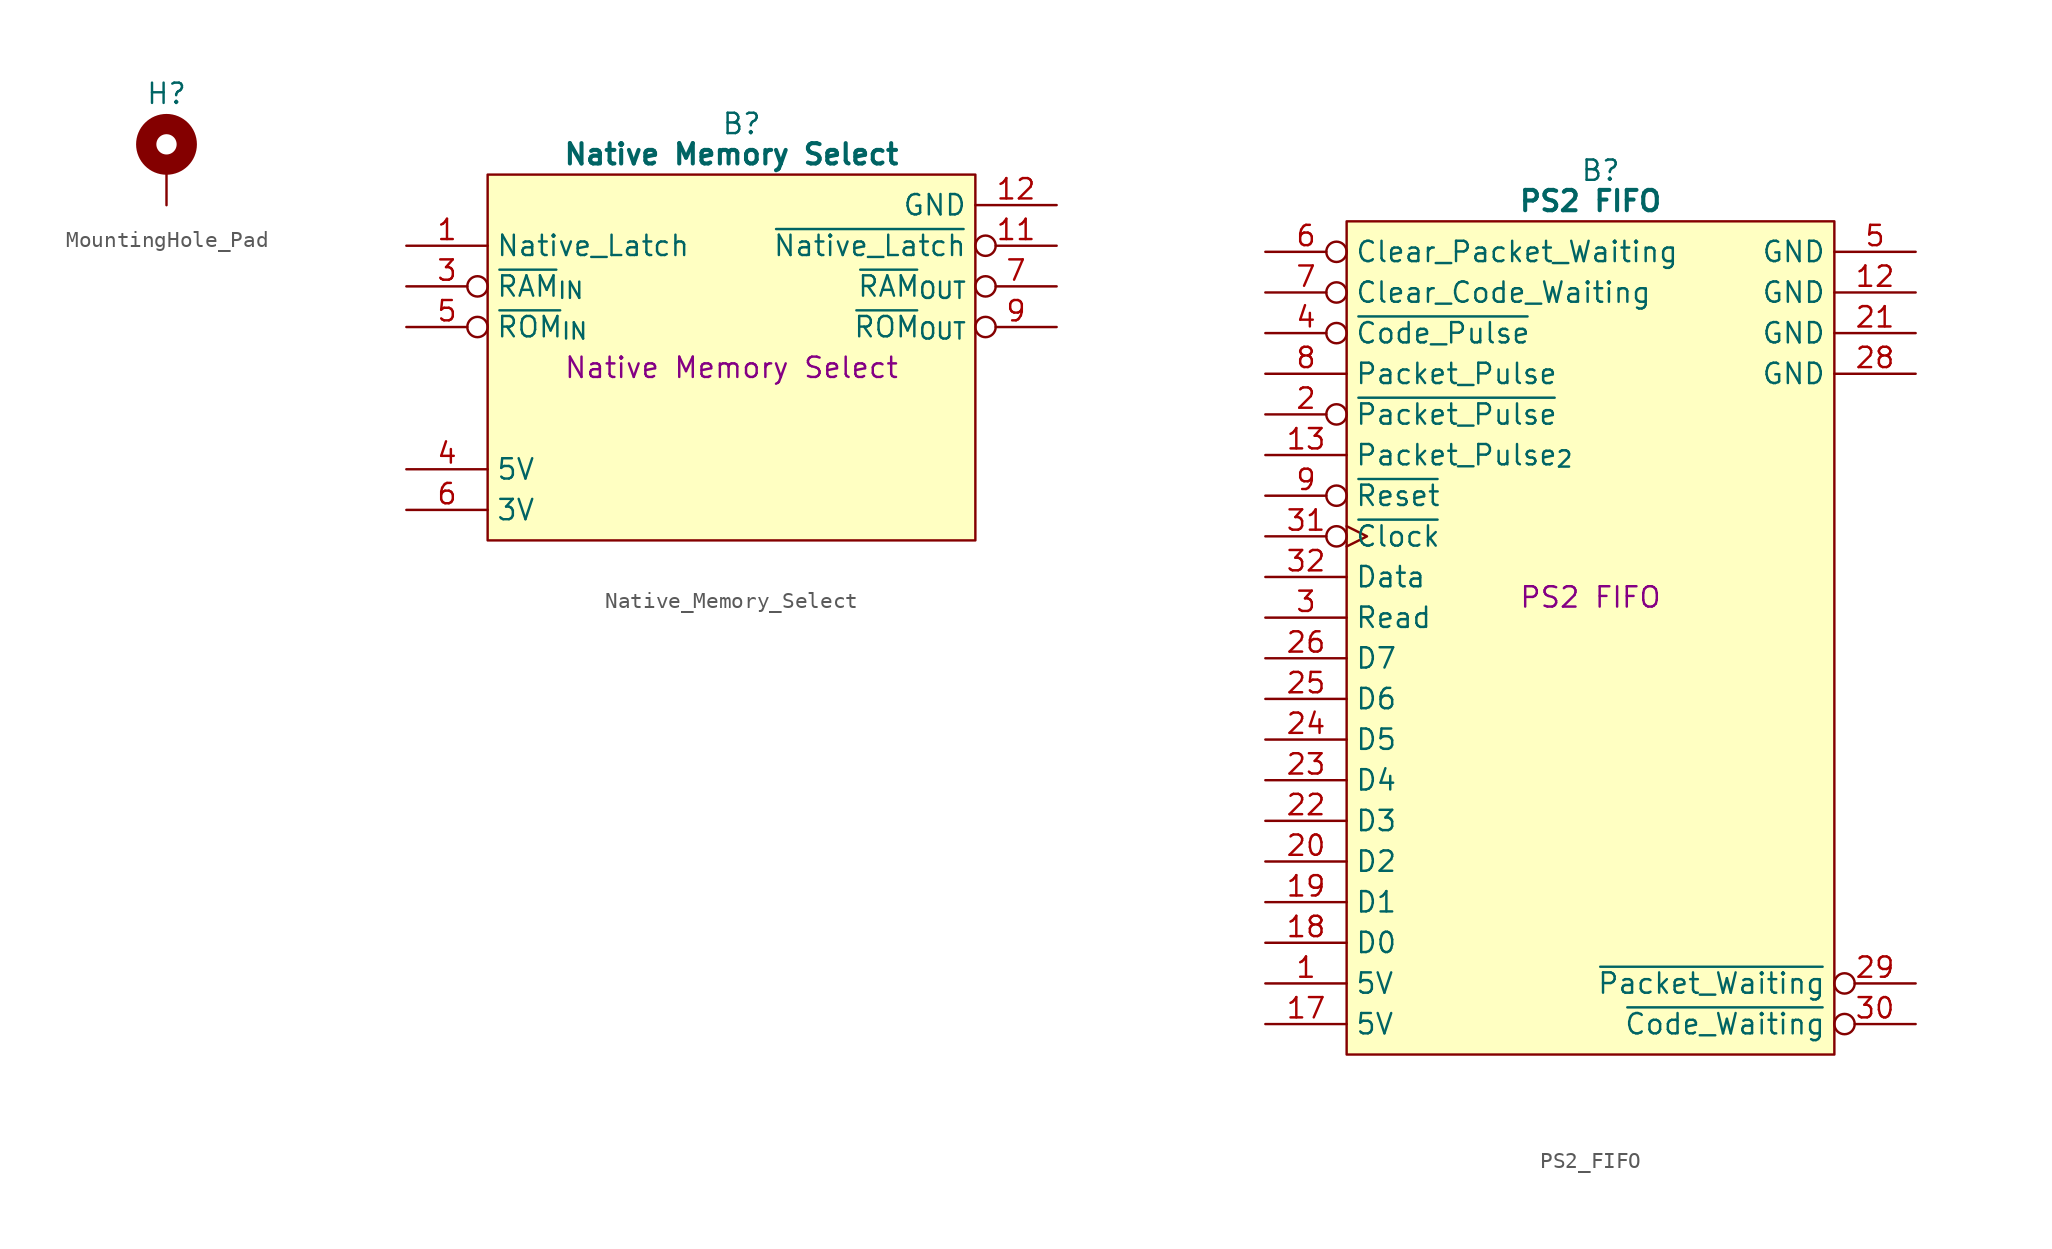
<source format=kicad_sym>
(kicad_symbol_lib
  (version 20241209)
  (generator "kicad_symbol_editor")
  (generator_version "9.0")
  (symbol "MountingHole_Pad"
    (pin_numbers
      (hide yes))
    (pin_names
      (offset 1.016)
      (hide yes))
    (property "Reference" "H"
      (at 0 4.445 0)
      (effects (font (size 1.27 1.27))))
    (symbol "MountingHole_Pad_0_1"
      (circle (center 0 1.27) (radius 1.27) (stroke (width 1.27) (type default)) (fill (type none))))
    (symbol "MountingHole_Pad_1_1"
      (pin passive line (at 0 -2.54 90) (length 2.54) (name "GND" (effects (font (size 1.27 1.27)))) (number "1" (effects (font (size 1.27 1.27)))))))
  (symbol "Native_Memory_Select"
    (property "Reference" "B"
      (at 15.875 5.08 0)
      (effects (font (size 1.27 1.27))))
    (property "Value" "Native Memory Select"
      (at 15.24 3.175 0)
      (effects (font (size 1.27 1.27) (bold yes))))
    (property "Description" "Native Memory Select"
      (at 15.24 -10.16 0)
      (effects (font (size 1.27 1.27))))
    (symbol "Native_Memory_Select_0_1"
      (polyline (pts (xy 0 1.905) (xy 30.48 1.905) (xy 30.48 -20.955) (xy 0 -20.955) (xy 0 1.905)) (stroke (width 0.152) (type default)) (fill (type background))))
    (symbol "Native_Memory_Select_1_1"
      (pin input line (at -5.08 -2.54 0) (length 5.08) (name "Native_Latch" (effects (font (size 1.27 1.27)))) (number "1" (effects (font (size 1.27 1.27)))))
      (pin input inverted (at -5.08 -5.08 0) (length 5.08) (name "~{RAM}_{IN}" (effects (font (size 1.27 1.27)))) (number "3" (effects (font (size 1.27 1.27)))))
      (pin input inverted (at -5.08 -7.62 0) (length 5.08) (name "~{ROM}_{IN}" (effects (font (size 1.27 1.27)))) (number "5" (effects (font (size 1.27 1.27)))))
      (pin passive line (at -5.08 -16.51 0) (length 5.08) (name "5V" (effects (font (size 1.27 1.27)))) (number "4" (effects (font (size 1.27 1.27)))))
      (pin passive line (at -5.08 -19.05 0) (length 5.08) (name "3V" (effects (font (size 1.27 1.27)))) (number "6" (effects (font (size 1.27 1.27)))))
      (pin passive line (at 35.56 0 180) (length 5.08) (name "GND" (effects (font (size 1.27 1.27)))) (number "12" (effects (font (size 1.27 1.27)))))
      (pin output inverted (at 35.56 -2.54 180) (length 5.08) (name "~{Native_Latch}" (effects (font (size 1.27 1.27)))) (number "11" (effects (font (size 1.27 1.27)))))
      (pin output inverted (at 35.56 -5.08 180) (length 5.08) (name "~{RAM}_{OUT}" (effects (font (size 1.27 1.27)))) (number "7" (effects (font (size 1.27 1.27)))))
      (pin output inverted (at 35.56 -7.62 180) (length 5.08) (name "~{ROM}_{OUT}" (effects (font (size 1.27 1.27)))) (number "9" (effects (font (size 1.27 1.27)))))
      (pin no_connect line (at 35.56 -13.97 180) (length 5.08) (hide yes) (name "N.C." (effects (font (size 1.27 1.27)))) (number "2" (effects (font (size 1.27 1.27)))))
      (pin no_connect line (at 35.56 -16.51 180) (length 5.08) (hide yes) (name "N.C." (effects (font (size 1.27 1.27)))) (number "10" (effects (font (size 1.27 1.27)))))
      (pin no_connect line (at 35.56 -19.05 180) (length 5.08) (hide yes) (name "N.C." (effects (font (size 1.27 1.27)))) (number "8" (effects (font (size 1.27 1.27)))))))
  (symbol "PS2_FIFO"
    (property "Reference" "B"
      (at 15.875 5.08 0)
      (effects (font (size 1.27 1.27))))
    (property "Value" "PS2 FIFO"
      (at 15.24 3.175 0)
      (effects (font (size 1.27 1.27) (bold yes))))
    (property "Description" "PS2 FIFO"
      (at 15.24 -21.59 0)
      (effects (font (size 1.27 1.27))))
    (symbol "PS2_FIFO_0_1"
      (polyline (pts (xy 0 1.905) (xy 30.48 1.905) (xy 30.48 -50.165) (xy 0 -50.165) (xy 0 1.905)) (stroke (width 0.152) (type default)) (fill (type background))))
    (symbol "PS2_FIFO_1_1"
      (pin input inverted (at -5.08 0 0) (length 5.08) (name "Clear_Packet_Waiting" (effects (font (size 1.27 1.27)))) (number "6" (effects (font (size 1.27 1.27)))))
      (pin input inverted (at -5.08 -2.54 0) (length 5.08) (name "Clear_Code_Waiting" (effects (font (size 1.27 1.27)))) (number "7" (effects (font (size 1.27 1.27)))))
      (pin input inverted (at -5.08 -5.08 0) (length 5.08) (name "~{Code_Pulse}" (effects (font (size 1.27 1.27)))) (number "4" (effects (font (size 1.27 1.27)))))
      (pin input line (at -5.08 -7.62 0) (length 5.08) (name "Packet_Pulse" (effects (font (size 1.27 1.27)))) (number "8" (effects (font (size 1.27 1.27)))))
      (pin input inverted (at -5.08 -10.16 0) (length 5.08) (name "~{Packet_Pulse}" (effects (font (size 1.27 1.27)))) (number "2" (effects (font (size 1.27 1.27)))))
      (pin input line (at -5.08 -12.7 0) (length 5.08) (name "Packet_Pulse_{2}" (effects (font (size 1.27 1.27)))) (number "13" (effects (font (size 1.27 1.27)))))
      (pin input inverted (at -5.08 -15.24 0) (length 5.08) (name "~{Reset}" (effects (font (size 1.27 1.27)))) (number "9" (effects (font (size 1.27 1.27)))))
      (pin input inverted_clock (at -5.08 -17.78 0) (length 5.08) (name "~{Clock}" (effects (font (size 1.27 1.27)))) (number "31" (effects (font (size 1.27 1.27)))))
      (pin input line (at -5.08 -20.32 0) (length 5.08) (name "Data" (effects (font (size 1.27 1.27)))) (number "32" (effects (font (size 1.27 1.27)))))
      (pin input line (at -5.08 -22.86 0) (length 5.08) (name "Read" (effects (font (size 1.27 1.27)))) (number "3" (effects (font (size 1.27 1.27)))))
      (pin tri_state line (at -5.08 -25.4 0) (length 5.08) (name "D7" (effects (font (size 1.27 1.27)))) (number "26" (effects (font (size 1.27 1.27)))))
      (pin tri_state line (at -5.08 -27.94 0) (length 5.08) (name "D6" (effects (font (size 1.27 1.27)))) (number "25" (effects (font (size 1.27 1.27)))))
      (pin tri_state line (at -5.08 -30.48 0) (length 5.08) (name "D5" (effects (font (size 1.27 1.27)))) (number "24" (effects (font (size 1.27 1.27)))))
      (pin tri_state line (at -5.08 -33.02 0) (length 5.08) (name "D4" (effects (font (size 1.27 1.27)))) (number "23" (effects (font (size 1.27 1.27)))))
      (pin tri_state line (at -5.08 -35.56 0) (length 5.08) (name "D3" (effects (font (size 1.27 1.27)))) (number "22" (effects (font (size 1.27 1.27)))))
      (pin tri_state line (at -5.08 -38.1 0) (length 5.08) (name "D2" (effects (font (size 1.27 1.27)))) (number "20" (effects (font (size 1.27 1.27)))))
      (pin tri_state line (at -5.08 -40.64 0) (length 5.08) (name "D1" (effects (font (size 1.27 1.27)))) (number "19" (effects (font (size 1.27 1.27)))))
      (pin tri_state line (at -5.08 -43.18 0) (length 5.08) (name "D0" (effects (font (size 1.27 1.27)))) (number "18" (effects (font (size 1.27 1.27)))))
      (pin passive line (at -5.08 -45.72 0) (length 5.08) (name "5V" (effects (font (size 1.27 1.27)))) (number "1" (effects (font (size 1.27 1.27)))))
      (pin passive line (at -5.08 -48.26 0) (length 5.08) (name "5V" (effects (font (size 1.27 1.27)))) (number "17" (effects (font (size 1.27 1.27)))))
      (pin passive line (at 35.56 0 180) (length 5.08) (name "GND" (effects (font (size 1.27 1.27)))) (number "5" (effects (font (size 1.27 1.27)))))
      (pin passive line (at 35.56 -2.54 180) (length 5.08) (name "GND" (effects (font (size 1.27 1.27)))) (number "12" (effects (font (size 1.27 1.27)))))
      (pin passive line (at 35.56 -5.08 180) (length 5.08) (name "GND" (effects (font (size 1.27 1.27)))) (number "21" (effects (font (size 1.27 1.27)))))
      (pin passive line (at 35.56 -7.62 180) (length 5.08) (name "GND" (effects (font (size 1.27 1.27)))) (number "28" (effects (font (size 1.27 1.27)))))
      (pin no_connect line (at 35.56 -27.94 180) (length 5.08) (hide yes) (name "N.C." (effects (font (size 1.27 1.27)))) (number "10" (effects (font (size 1.27 1.27)))))
      (pin no_connect line (at 35.56 -30.48 180) (length 5.08) (hide yes) (name "N.C." (effects (font (size 1.27 1.27)))) (number "11" (effects (font (size 1.27 1.27)))))
      (pin no_connect line (at 35.56 -33.02 180) (length 5.08) (hide yes) (name "N.C." (effects (font (size 1.27 1.27)))) (number "14" (effects (font (size 1.27 1.27)))))
      (pin no_connect line (at 35.56 -35.56 180) (length 5.08) (hide yes) (name "N.C." (effects (font (size 1.27 1.27)))) (number "15" (effects (font (size 1.27 1.27)))))
      (pin no_connect line (at 35.56 -38.1 180) (length 5.08) (hide yes) (name "N.C." (effects (font (size 1.27 1.27)))) (number "16" (effects (font (size 1.27 1.27)))))
      (pin output line (at 35.56 -43.18 180) (length 5.08) (hide yes) (name "Output_Ready" (effects (font (size 1.27 1.27)))) (number "27" (effects (font (size 1.27 1.27)))))
      (pin output inverted (at 35.56 -45.72 180) (length 5.08) (name "~{Packet_Waiting}" (effects (font (size 1.27 1.27)))) (number "29" (effects (font (size 1.27 1.27)))))
      (pin output inverted (at 35.56 -48.26 180) (length 5.08) (name "~{Code_Waiting}" (effects (font (size 1.27 1.27)))) (number "30" (effects (font (size 1.27 1.27))))))))
</source>
